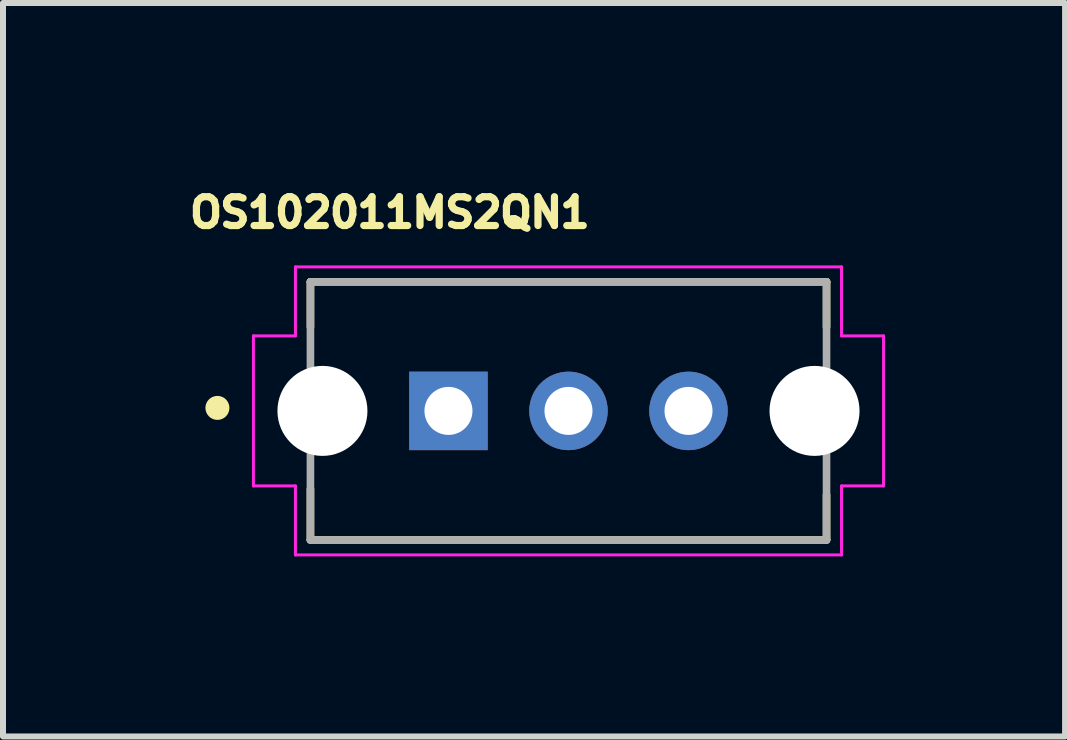
<source format=kicad_pcb>
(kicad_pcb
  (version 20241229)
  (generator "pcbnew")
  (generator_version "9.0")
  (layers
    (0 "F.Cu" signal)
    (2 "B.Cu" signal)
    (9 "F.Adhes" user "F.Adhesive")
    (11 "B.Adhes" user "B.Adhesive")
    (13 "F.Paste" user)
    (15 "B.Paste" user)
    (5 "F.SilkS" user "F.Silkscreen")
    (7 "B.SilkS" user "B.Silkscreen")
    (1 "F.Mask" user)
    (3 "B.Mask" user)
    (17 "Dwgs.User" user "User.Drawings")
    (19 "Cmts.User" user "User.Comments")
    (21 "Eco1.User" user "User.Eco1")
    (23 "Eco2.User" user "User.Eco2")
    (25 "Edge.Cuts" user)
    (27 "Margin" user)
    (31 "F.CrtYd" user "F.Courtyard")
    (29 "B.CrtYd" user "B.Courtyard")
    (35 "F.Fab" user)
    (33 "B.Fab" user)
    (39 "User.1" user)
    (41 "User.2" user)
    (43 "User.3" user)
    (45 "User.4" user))
  (footprint "OS102011MS2QN1"
    (layer "F.Cu")
    (at 6.423 3.797)
    (property "Reference" "OS102011MS2QN1" (at -2.977 -3.305 0) (layer "F.SilkS") (effects (font (size 0.48 0.48) (thickness 0.12))))
    (attr through_hole)
    (fp_line (start -4.3 -2.15) (end -4.3 -1.4) (stroke (width 0.127) (type solid)) (layer "F.SilkS"))
    (fp_line (start -4.3 1.3) (end -4.3 2.15) (stroke (width 0.127) (type solid)) (layer "F.SilkS"))
    (fp_line (start -4.3 2.15) (end 4.3 2.15) (stroke (width 0.127) (type solid)) (layer "F.SilkS"))
    (fp_line (start 4.3 -2.15) (end -4.3 -2.15) (stroke (width 0.127) (type solid)) (layer "F.SilkS"))
    (fp_line (start 4.3 -1.4) (end 4.3 -2.15) (stroke (width 0.127) (type solid)) (layer "F.SilkS"))
    (fp_line (start 4.3 2.15) (end 4.3 1.4) (stroke (width 0.127) (type solid)) (layer "F.SilkS"))
    (fp_circle (center -5.85 -0.05) (end -5.75 -0.05) (stroke (width 0.2) (type solid)) (fill no) (layer "F.SilkS"))
    (fp_line (start -5.25 -1.25) (end -4.55 -1.25) (stroke (width 0.05) (type solid)) (layer "F.CrtYd"))
    (fp_line (start -5.25 1.25) (end -5.25 -1.25) (stroke (width 0.05) (type solid)) (layer "F.CrtYd"))
    (fp_line (start -4.55 -2.4) (end 4.55 -2.4) (stroke (width 0.05) (type solid)) (layer "F.CrtYd"))
    (fp_line (start -4.55 -1.25) (end -4.55 -2.4) (stroke (width 0.05) (type solid)) (layer "F.CrtYd"))
    (fp_line (start -4.55 1.25) (end -5.25 1.25) (stroke (width 0.05) (type solid)) (layer "F.CrtYd"))
    (fp_line (start -4.55 2.4) (end -4.55 1.25) (stroke (width 0.05) (type solid)) (layer "F.CrtYd"))
    (fp_line (start 4.55 -2.4) (end 4.55 -1.25) (stroke (width 0.05) (type solid)) (layer "F.CrtYd"))
    (fp_line (start 4.55 -1.25) (end 5.25 -1.25) (stroke (width 0.05) (type solid)) (layer "F.CrtYd"))
    (fp_line (start 4.55 1.25) (end 4.55 2.4) (stroke (width 0.05) (type solid)) (layer "F.CrtYd"))
    (fp_line (start 4.55 2.4) (end -4.55 2.4) (stroke (width 0.05) (type solid)) (layer "F.CrtYd"))
    (fp_line (start 5.25 -1.25) (end 5.25 1.25) (stroke (width 0.05) (type solid)) (layer "F.CrtYd"))
    (fp_line (start 5.25 1.25) (end 4.55 1.25) (stroke (width 0.05) (type solid)) (layer "F.CrtYd"))
    (fp_line (start -4.3 -2.15) (end 4.3 -2.15) (stroke (width 0.127) (type solid)) (layer "F.Fab"))
    (fp_line (start -4.3 2.15) (end -4.3 -2.15) (stroke (width 0.127) (type solid)) (layer "F.Fab"))
    (fp_line (start 4.3 -2.15) (end 4.3 2.15) (stroke (width 0.127) (type solid)) (layer "F.Fab"))
    (fp_line (start 4.3 2.15) (end -4.3 2.15) (stroke (width 0.127) (type solid)) (layer "F.Fab"))
    (fp_circle (center -2.1 -0.05) (end -2 -0.05) (stroke (width 0.2) (type solid)) (fill no) (layer "F.Fab"))
    (pad "" np_thru_hole circle (at -4.1 0) (size 1.5 1.5) (drill 1.5) (layers "*.Cu" "*.Mask"))
    (pad "" np_thru_hole circle (at 4.1 0) (size 1.5 1.5) (drill 1.5) (layers "*.Cu" "*.Mask"))
    (pad "1" thru_hole rect (at -2 0) (size 1.308 1.308) (drill 0.8) (layers "*.Cu" "*.Mask"))
    (pad "2" thru_hole circle (at 0 0) (size 1.308 1.308) (drill 0.8) (layers "*.Cu" "*.Mask"))
    (pad "3" thru_hole circle (at 2 0) (size 1.308 1.308) (drill 0.8) (layers "*.Cu" "*.Mask")))
  (gr_rect
    (start -3 -3)
    (end 14.698 9.222)
    (stroke (width 0.1) (type default))
    (fill no)
    (layer "Edge.Cuts")))
</source>
